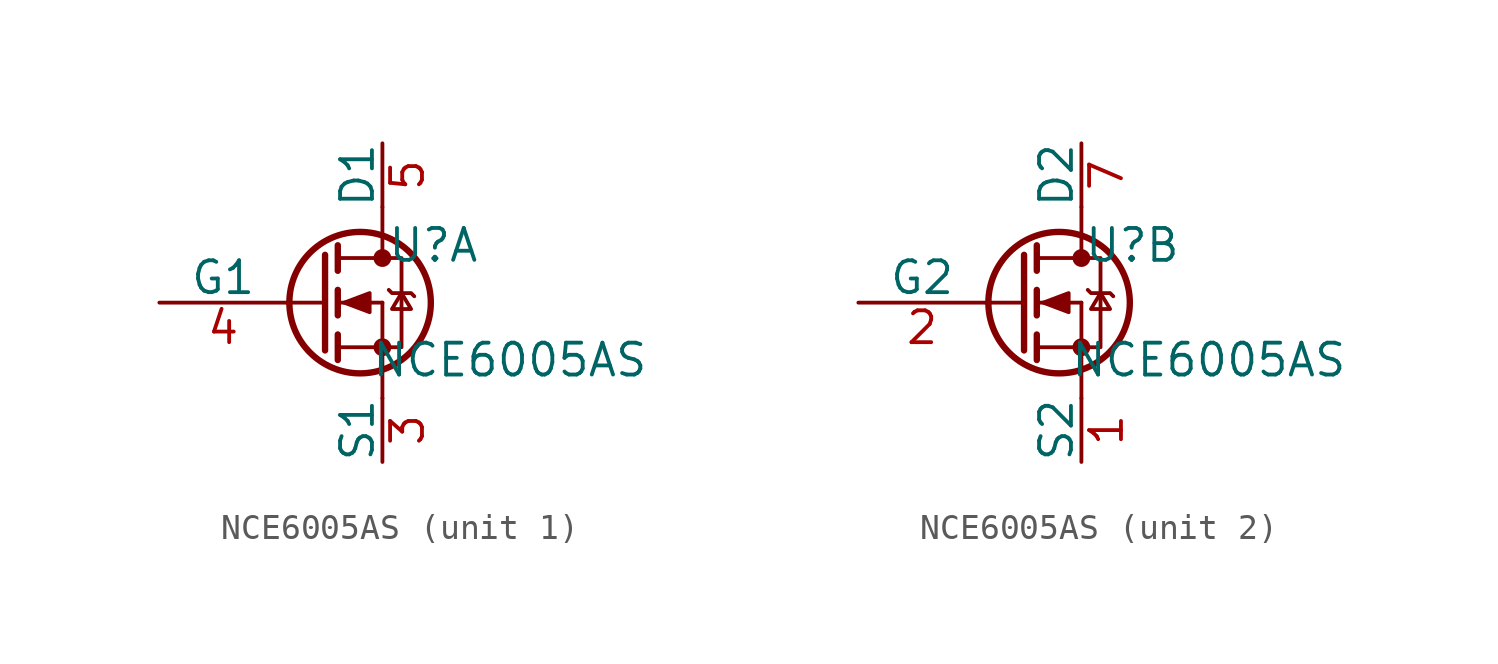
<source format=kicad_sym>
(kicad_symbol_lib
  (version 20241209)
  (generator "kicad_symbol_editor")
  (generator_version "9.0")
  (symbol "NCE6005AS"
    (pin_names
      (offset 0))
    (property "Reference" "U"
      (at 2.032 2.286 0)
      (effects (font (size 1.27 1.27))))
    (property "Value" "NCE6005AS"
      (at 5.08 -2.286 0)
      (effects (font (size 1.27 1.27))))
    (property "ki_locked" ""
      (at 0 0 0)
      (effects (font (size 1.27 1.27))))
    (symbol "NCE6005AS_1_1"
      (polyline (pts (xy -3.81 0) (xy -2.286 0)) (stroke (width 0) (type default)) (fill (type none)))
      (polyline (pts (xy -2.286 1.905) (xy -2.286 -1.905) (xy -2.286 -1.905)) (stroke (width 0.254) (type default)) (fill (type none)))
      (polyline (pts (xy -1.778 2.286) (xy -1.778 1.27)) (stroke (width 0.254) (type default)) (fill (type none)))
      (polyline (pts (xy -1.778 1.778) (xy 0 1.778)) (stroke (width 0) (type default)) (fill (type none)))
      (polyline (pts (xy -1.778 0.508) (xy -1.778 -0.508)) (stroke (width 0.254) (type default)) (fill (type none)))
      (polyline (pts (xy -1.778 0) (xy 0 0)) (stroke (width 0) (type default)) (fill (type none)))
      (polyline (pts (xy -1.778 -1.27) (xy -1.778 -2.286)) (stroke (width 0.254) (type default)) (fill (type none)))
      (polyline (pts (xy -1.778 -1.778) (xy 0 -1.778)) (stroke (width 0) (type default)) (fill (type none)))
      (polyline (pts (xy -1.524 0) (xy -0.508 0.381) (xy -0.508 -0.381) (xy -1.524 0)) (stroke (width 0) (type default)) (fill (type outline)))
      (circle (center -0.889 0) (radius 2.819) (stroke (width 0.254) (type default)) (fill (type none)))
      (polyline (pts (xy 0 3.81) (xy 0 1.778)) (stroke (width 0) (type default)) (fill (type none)))
      (circle (center 0 1.778) (radius 0.279) (stroke (width 0) (type default)) (fill (type outline)))
      (polyline (pts (xy 0 -1.778) (xy 0 0)) (stroke (width 0) (type default)) (fill (type none)))
      (polyline (pts (xy 0 -1.778) (xy 0 -3.81)) (stroke (width 0) (type default)) (fill (type none)))
      (polyline (pts (xy 0 -1.778) (xy 0.762 -1.778) (xy 0.762 1.778) (xy 0 1.778)) (stroke (width 0) (type default)) (fill (type none)))
      (circle (center 0 -1.778) (radius 0.279) (stroke (width 0) (type default)) (fill (type outline)))
      (polyline (pts (xy 0.254 0.508) (xy 0.381 0.381) (xy 1.143 0.381) (xy 1.27 0.254)) (stroke (width 0) (type default)) (fill (type none)))
      (polyline (pts (xy 0.762 0.381) (xy 0.381 -0.254) (xy 1.143 -0.254) (xy 0.762 0.381)) (stroke (width 0) (type default)) (fill (type none)))
      (pin input line (at -8.89 0 0) (length 5.08) (name "G1" (effects (font (size 1.27 1.27)))) (number "4" (effects (font (size 1.27 1.27)))))
      (pin passive line (at 0 6.35 270) (length 2.54) (name "D1" (effects (font (size 1.27 1.27)))) (number "5" (effects (font (size 1.27 1.27)))))
      (pin passive line (at 0 6.35 270) (length 2.54) (hide yes) (name "D1" (effects (font (size 1.27 1.27)))) (number "6" (effects (font (size 1.27 1.27)))))
      (pin passive line (at 0 -6.35 90) (length 2.54) (name "S1" (effects (font (size 1.27 1.27)))) (number "3" (effects (font (size 1.27 1.27))))))
    (symbol "NCE6005AS_2_1"
      (polyline (pts (xy -3.81 0) (xy -2.286 0)) (stroke (width 0) (type default)) (fill (type none)))
      (polyline (pts (xy -2.286 1.905) (xy -2.286 -1.905) (xy -2.286 -1.905)) (stroke (width 0.254) (type default)) (fill (type none)))
      (polyline (pts (xy -1.778 2.286) (xy -1.778 1.27)) (stroke (width 0.254) (type default)) (fill (type none)))
      (polyline (pts (xy -1.778 1.778) (xy 0 1.778)) (stroke (width 0) (type default)) (fill (type none)))
      (polyline (pts (xy -1.778 0.508) (xy -1.778 -0.508)) (stroke (width 0.254) (type default)) (fill (type none)))
      (polyline (pts (xy -1.778 0) (xy 0 0)) (stroke (width 0) (type default)) (fill (type none)))
      (polyline (pts (xy -1.778 -1.27) (xy -1.778 -2.286)) (stroke (width 0.254) (type default)) (fill (type none)))
      (polyline (pts (xy -1.778 -1.778) (xy 0 -1.778)) (stroke (width 0) (type default)) (fill (type none)))
      (polyline (pts (xy -1.524 0) (xy -0.508 0.381) (xy -0.508 -0.381) (xy -1.524 0)) (stroke (width 0) (type default)) (fill (type outline)))
      (circle (center -0.889 0) (radius 2.819) (stroke (width 0.254) (type default)) (fill (type none)))
      (polyline (pts (xy 0 3.81) (xy 0 1.778)) (stroke (width 0) (type default)) (fill (type none)))
      (circle (center 0 1.778) (radius 0.279) (stroke (width 0) (type default)) (fill (type outline)))
      (polyline (pts (xy 0 -1.778) (xy 0 0)) (stroke (width 0) (type default)) (fill (type none)))
      (polyline (pts (xy 0 -1.778) (xy 0 -3.81)) (stroke (width 0) (type default)) (fill (type none)))
      (polyline (pts (xy 0 -1.778) (xy 0.762 -1.778) (xy 0.762 1.778) (xy 0 1.778)) (stroke (width 0) (type default)) (fill (type none)))
      (circle (center 0 -1.778) (radius 0.279) (stroke (width 0) (type default)) (fill (type outline)))
      (polyline (pts (xy 0.254 0.508) (xy 0.381 0.381) (xy 1.143 0.381) (xy 1.27 0.254)) (stroke (width 0) (type default)) (fill (type none)))
      (polyline (pts (xy 0.762 0.381) (xy 0.381 -0.254) (xy 1.143 -0.254) (xy 0.762 0.381)) (stroke (width 0) (type default)) (fill (type none)))
      (pin input line (at -8.89 0 0) (length 5.08) (name "G2" (effects (font (size 1.27 1.27)))) (number "2" (effects (font (size 1.27 1.27)))))
      (pin passive line (at 0 6.35 270) (length 2.54) (name "D2" (effects (font (size 1.27 1.27)))) (number "7" (effects (font (size 1.27 1.27)))))
      (pin passive line (at 0 6.35 270) (length 2.54) (hide yes) (name "D2" (effects (font (size 1.27 1.27)))) (number "8" (effects (font (size 1.27 1.27)))))
      (pin passive line (at 0 -6.35 90) (length 2.54) (name "S2" (effects (font (size 1.27 1.27)))) (number "1" (effects (font (size 1.27 1.27))))))))
</source>
